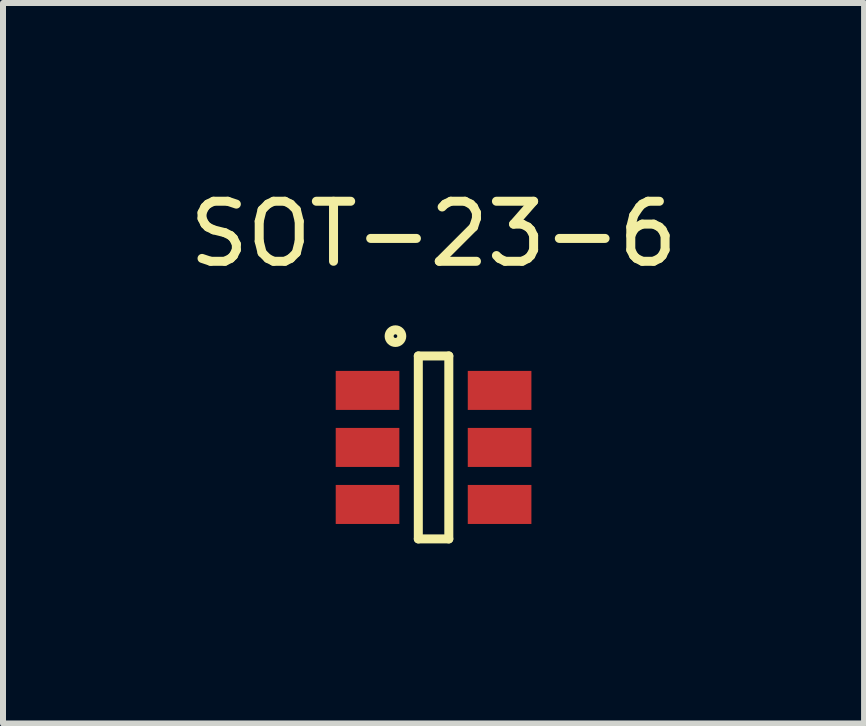
<source format=kicad_pcb>
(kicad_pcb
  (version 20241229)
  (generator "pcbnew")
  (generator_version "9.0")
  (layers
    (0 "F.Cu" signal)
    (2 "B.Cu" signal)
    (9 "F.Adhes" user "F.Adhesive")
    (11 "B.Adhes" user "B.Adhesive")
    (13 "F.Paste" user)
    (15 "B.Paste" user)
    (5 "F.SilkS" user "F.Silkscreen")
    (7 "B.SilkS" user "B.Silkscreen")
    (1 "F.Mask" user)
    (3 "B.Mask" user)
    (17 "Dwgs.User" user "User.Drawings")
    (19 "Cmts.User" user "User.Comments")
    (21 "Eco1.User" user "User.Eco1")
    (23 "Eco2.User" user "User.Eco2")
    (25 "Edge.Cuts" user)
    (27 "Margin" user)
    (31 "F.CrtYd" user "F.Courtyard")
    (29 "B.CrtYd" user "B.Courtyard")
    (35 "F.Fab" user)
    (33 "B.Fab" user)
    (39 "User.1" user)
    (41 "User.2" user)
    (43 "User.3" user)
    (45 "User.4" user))
  (footprint "SOT-23-6"
    (layer "F.Cu")
    (at 4.173 4.404)
    (property "Reference" "SOT-23-6" (at 0 -3.556 0) (layer "F.SilkS") (effects (font (size 1 1) (thickness 0.15))))
    (attr through_hole)
    (fp_line (start -0.254 -1.524) (end -0.254 1.524) (stroke (width 0.15) (type solid)) (layer "F.SilkS"))
    (fp_line (start -0.254 1.524) (end 0.254 1.524) (stroke (width 0.15) (type solid)) (layer "F.SilkS"))
    (fp_line (start 0.254 -1.524) (end -0.254 -1.524) (stroke (width 0.15) (type solid)) (layer "F.SilkS"))
    (fp_line (start 0.254 1.524) (end 0.254 -1.524) (stroke (width 0.15) (type solid)) (layer "F.SilkS"))
    (fp_circle (center -0.635 -1.854) (end -0.533 -1.88) (stroke (width 0.15) (type solid)) (fill no) (layer "F.SilkS"))
    (pad "1" smd rect (at -1.1 -0.95) (size 1.06 0.65) (layers "F.Cu" "F.Mask" "F.Paste"))
    (pad "2" smd rect (at -1.1 0) (size 1.06 0.65) (layers "F.Cu" "F.Mask" "F.Paste"))
    (pad "3" smd rect (at -1.1 0.95) (size 1.06 0.65) (layers "F.Cu" "F.Mask" "F.Paste"))
    (pad "4" smd rect (at 1.1 0.95) (size 1.06 0.65) (layers "F.Cu" "F.Mask" "F.Paste"))
    (pad "5" smd rect (at 1.1 0) (size 1.06 0.65) (layers "F.Cu" "F.Mask" "F.Paste"))
    (pad "6" smd rect (at 1.1 -0.95) (size 1.06 0.65) (layers "F.Cu" "F.Mask" "F.Paste")))
  (gr_rect
    (start -3 -3)
    (end 11.345 9.003)
    (stroke (width 0.1) (type default))
    (fill no)
    (layer "Edge.Cuts")))
</source>
